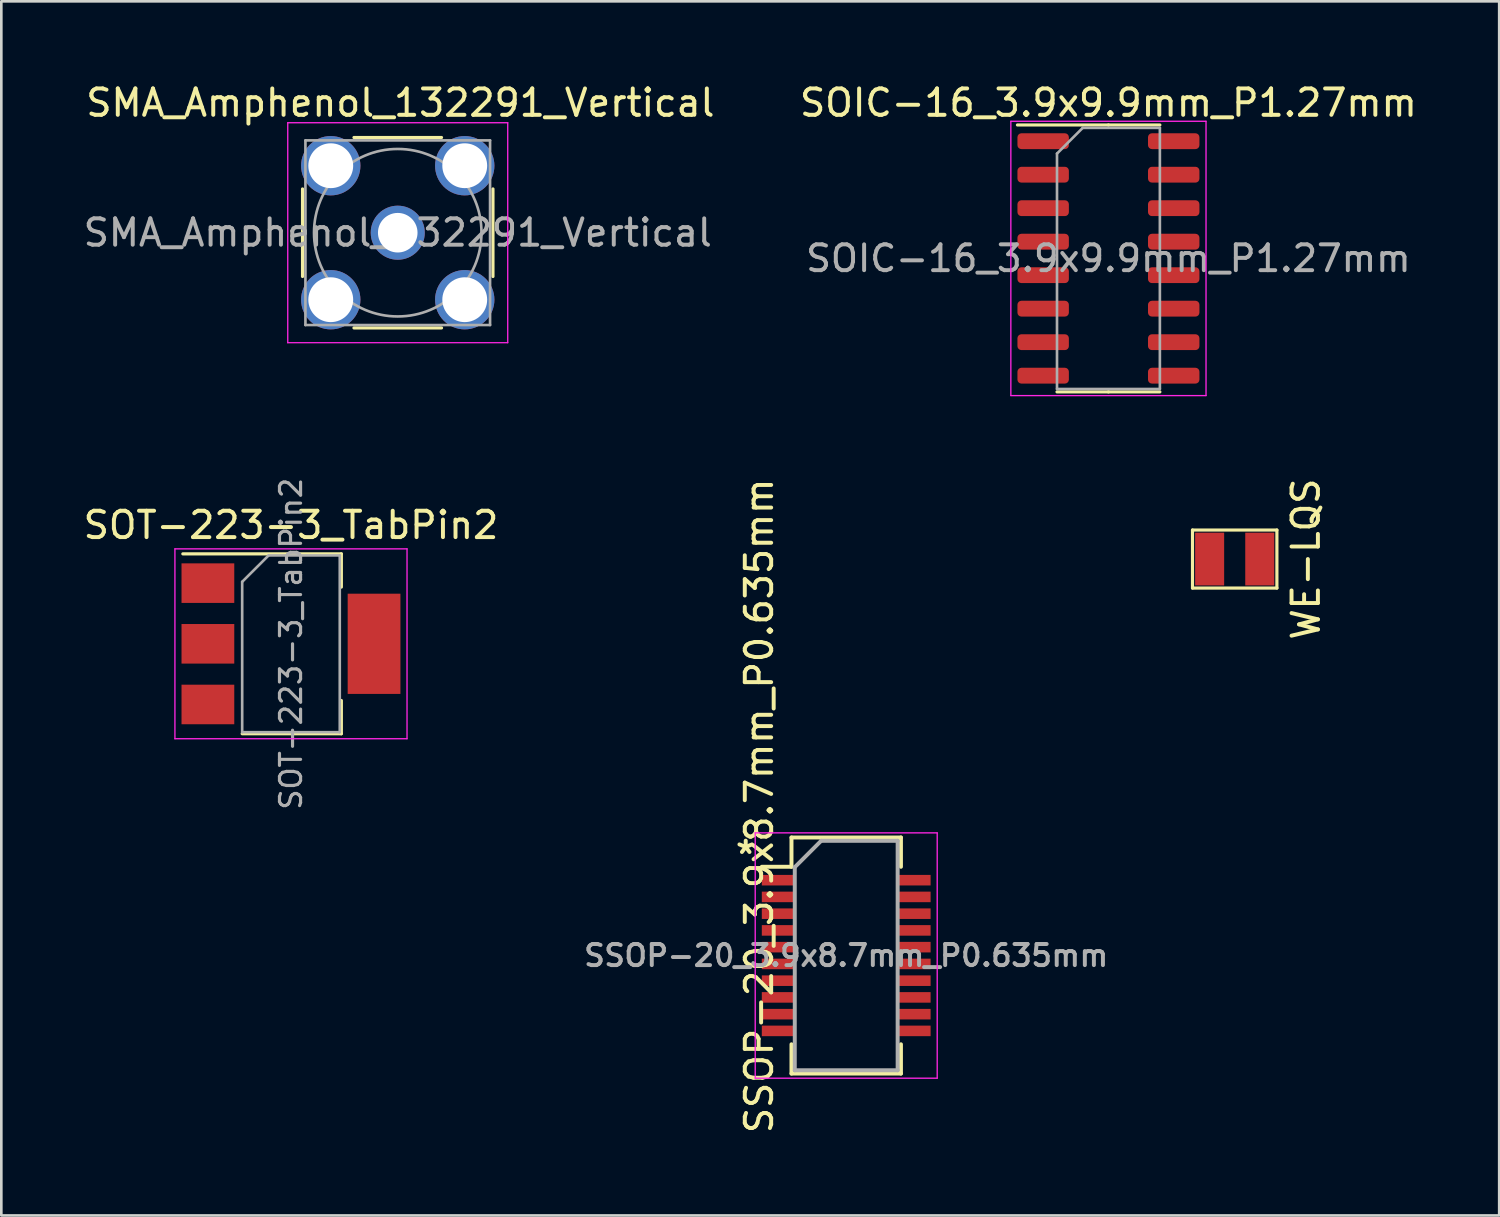
<source format=kicad_pcb>
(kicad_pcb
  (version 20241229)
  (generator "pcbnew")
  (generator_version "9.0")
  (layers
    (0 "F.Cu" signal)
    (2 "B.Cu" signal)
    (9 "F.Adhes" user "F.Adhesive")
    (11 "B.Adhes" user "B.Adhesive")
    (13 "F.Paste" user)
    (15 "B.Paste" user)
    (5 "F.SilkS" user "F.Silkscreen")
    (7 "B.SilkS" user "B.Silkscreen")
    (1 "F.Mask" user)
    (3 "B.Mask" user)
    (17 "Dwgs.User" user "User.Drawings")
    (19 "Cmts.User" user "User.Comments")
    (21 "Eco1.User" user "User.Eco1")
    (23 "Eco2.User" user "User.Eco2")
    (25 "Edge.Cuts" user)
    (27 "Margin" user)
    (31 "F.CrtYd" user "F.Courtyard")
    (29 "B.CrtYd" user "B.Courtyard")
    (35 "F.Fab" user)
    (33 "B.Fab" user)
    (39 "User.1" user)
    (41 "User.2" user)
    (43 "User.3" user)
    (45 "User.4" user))
  (footprint "SMA_Amphenol_132291_Vertical"
    (layer "F.Cu")
    (at 12.03 5.773)
    (property "Reference" "SMA_Amphenol_132291_Vertical" (at 0.1 -4.925 180) (layer "F.SilkS") (effects (font (size 1 1) (thickness 0.15))))
    (attr through_hole)
    (fp_line (start -3.61 -1.66) (end -3.61 1.66) (stroke (width 0.12) (type solid)) (layer "F.SilkS"))
    (fp_line (start -1.66 -3.61) (end 1.66 -3.61) (stroke (width 0.12) (type solid)) (layer "F.SilkS"))
    (fp_line (start -1.66 3.61) (end 1.66 3.61) (stroke (width 0.12) (type solid)) (layer "F.SilkS"))
    (fp_line (start 3.61 -1.66) (end 3.61 1.66) (stroke (width 0.12) (type solid)) (layer "F.SilkS"))
    (fp_line (start -4.17 -4.17) (end -4.17 4.17) (stroke (width 0.05) (type solid)) (layer "F.CrtYd"))
    (fp_line (start -4.17 -4.17) (end 4.17 -4.17) (stroke (width 0.05) (type solid)) (layer "F.CrtYd"))
    (fp_line (start 4.17 4.17) (end -4.17 4.17) (stroke (width 0.05) (type solid)) (layer "F.CrtYd"))
    (fp_line (start 4.17 4.17) (end 4.17 -4.17) (stroke (width 0.05) (type solid)) (layer "F.CrtYd"))
    (fp_line (start -3.5 -3.5) (end -3.5 3.5) (stroke (width 0.1) (type solid)) (layer "F.Fab"))
    (fp_line (start -3.5 -3.5) (end 3.5 -3.5) (stroke (width 0.1) (type solid)) (layer "F.Fab"))
    (fp_line (start -3.5 3.5) (end 3.5 3.5) (stroke (width 0.1) (type solid)) (layer "F.Fab"))
    (fp_line (start 3.5 -3.5) (end 3.5 3.5) (stroke (width 0.1) (type solid)) (layer "F.Fab"))
    (fp_circle (center 0 0) (end 3.175 0) (stroke (width 0.1) (type solid)) (fill no) (layer "F.Fab"))
    (fp_text user "${REFERENCE}" (at 0 0 180) (layer "F.Fab") (effects (font (size 1 1) (thickness 0.15))))
    (pad "1" thru_hole circle (at 0 0) (size 2.05 2.05) (drill 1.5) (layers "*.Cu" "*.Mask"))
    (pad "2" thru_hole circle (at -2.54 -2.54) (size 2.25 2.25) (drill 1.7) (layers "*.Cu" "*.Mask"))
    (pad "2" thru_hole circle (at -2.54 2.54) (size 2.25 2.25) (drill 1.7) (layers "*.Cu" "*.Mask"))
    (pad "2" thru_hole circle (at 2.54 -2.54) (size 2.25 2.25) (drill 1.7) (layers "*.Cu" "*.Mask"))
    (pad "2" thru_hole circle (at 2.54 2.54) (size 2.25 2.25) (drill 1.7) (layers "*.Cu" "*.Mask")))
  (footprint "SOIC-16_3.9x9.9mm_P1.27mm"
    (layer "F.Cu")
    (at 38.975 6.748)
    (property "Reference" "SOIC-16_3.9x9.9mm_P1.27mm" (at 0 -5.9 0) (layer "F.SilkS") (effects (font (size 1 1) (thickness 0.15))))
    (attr smd)
    (fp_line (start 0 -5.06) (end -3.45 -5.06) (stroke (width 0.12) (type solid)) (layer "F.SilkS"))
    (fp_line (start 0 -5.06) (end 1.95 -5.06) (stroke (width 0.12) (type solid)) (layer "F.SilkS"))
    (fp_line (start 0 5.06) (end -1.95 5.06) (stroke (width 0.12) (type solid)) (layer "F.SilkS"))
    (fp_line (start 0 5.06) (end 1.95 5.06) (stroke (width 0.12) (type solid)) (layer "F.SilkS"))
    (fp_line (start -3.7 -5.2) (end -3.7 5.2) (stroke (width 0.05) (type solid)) (layer "F.CrtYd"))
    (fp_line (start -3.7 5.2) (end 3.7 5.2) (stroke (width 0.05) (type solid)) (layer "F.CrtYd"))
    (fp_line (start 3.7 -5.2) (end -3.7 -5.2) (stroke (width 0.05) (type solid)) (layer "F.CrtYd"))
    (fp_line (start 3.7 5.2) (end 3.7 -5.2) (stroke (width 0.05) (type solid)) (layer "F.CrtYd"))
    (fp_line (start -1.95 -3.975) (end -0.975 -4.95) (stroke (width 0.1) (type solid)) (layer "F.Fab"))
    (fp_line (start -1.95 4.95) (end -1.95 -3.975) (stroke (width 0.1) (type solid)) (layer "F.Fab"))
    (fp_line (start -0.975 -4.95) (end 1.95 -4.95) (stroke (width 0.1) (type solid)) (layer "F.Fab"))
    (fp_line (start 1.95 -4.95) (end 1.95 4.95) (stroke (width 0.1) (type solid)) (layer "F.Fab"))
    (fp_line (start 1.95 4.95) (end -1.95 4.95) (stroke (width 0.1) (type solid)) (layer "F.Fab"))
    (fp_text user "${REFERENCE}" (at 0 0 0) (layer "F.Fab") (effects (font (size 0.98 0.98) (thickness 0.15))))
    (pad "1" smd roundrect (at -2.475 -4.445) (size 1.95 0.6) (layers "F.Cu" "F.Mask" "F.Paste") (roundrect_rratio 0.25))
    (pad "2" smd roundrect (at -2.475 -3.175) (size 1.95 0.6) (layers "F.Cu" "F.Mask" "F.Paste") (roundrect_rratio 0.25))
    (pad "3" smd roundrect (at -2.475 -1.905) (size 1.95 0.6) (layers "F.Cu" "F.Mask" "F.Paste") (roundrect_rratio 0.25))
    (pad "4" smd roundrect (at -2.475 -0.635) (size 1.95 0.6) (layers "F.Cu" "F.Mask" "F.Paste") (roundrect_rratio 0.25))
    (pad "5" smd roundrect (at -2.475 0.635) (size 1.95 0.6) (layers "F.Cu" "F.Mask" "F.Paste") (roundrect_rratio 0.25))
    (pad "6" smd roundrect (at -2.475 1.905) (size 1.95 0.6) (layers "F.Cu" "F.Mask" "F.Paste") (roundrect_rratio 0.25))
    (pad "7" smd roundrect (at -2.475 3.175) (size 1.95 0.6) (layers "F.Cu" "F.Mask" "F.Paste") (roundrect_rratio 0.25))
    (pad "8" smd roundrect (at -2.475 4.445) (size 1.95 0.6) (layers "F.Cu" "F.Mask" "F.Paste") (roundrect_rratio 0.25))
    (pad "9" smd roundrect (at 2.475 4.445) (size 1.95 0.6) (layers "F.Cu" "F.Mask" "F.Paste") (roundrect_rratio 0.25))
    (pad "10" smd roundrect (at 2.475 3.175) (size 1.95 0.6) (layers "F.Cu" "F.Mask" "F.Paste") (roundrect_rratio 0.25))
    (pad "11" smd roundrect (at 2.475 1.905) (size 1.95 0.6) (layers "F.Cu" "F.Mask" "F.Paste") (roundrect_rratio 0.25))
    (pad "12" smd roundrect (at 2.475 0.635) (size 1.95 0.6) (layers "F.Cu" "F.Mask" "F.Paste") (roundrect_rratio 0.25))
    (pad "13" smd roundrect (at 2.475 -0.635) (size 1.95 0.6) (layers "F.Cu" "F.Mask" "F.Paste") (roundrect_rratio 0.25))
    (pad "14" smd roundrect (at 2.475 -1.905) (size 1.95 0.6) (layers "F.Cu" "F.Mask" "F.Paste") (roundrect_rratio 0.25))
    (pad "15" smd roundrect (at 2.475 -3.175) (size 1.95 0.6) (layers "F.Cu" "F.Mask" "F.Paste") (roundrect_rratio 0.25))
    (pad "16" smd roundrect (at 2.475 -4.445) (size 1.95 0.6) (layers "F.Cu" "F.Mask" "F.Paste") (roundrect_rratio 0.25)))
  (footprint "SOT-223-3_TabPin2"
    (layer "F.Cu")
    (at 7.982 21.359)
    (property "Reference" "SOT-223-3_TabPin2" (at 0 -4.5 0) (layer "F.SilkS") (effects (font (size 1 1) (thickness 0.15))))
    (attr smd)
    (fp_line (start -4.1 -3.41) (end 1.91 -3.41) (stroke (width 0.12) (type solid)) (layer "F.SilkS"))
    (fp_line (start -1.85 3.41) (end 1.91 3.41) (stroke (width 0.12) (type solid)) (layer "F.SilkS"))
    (fp_line (start 1.91 -3.41) (end 1.91 -2.15) (stroke (width 0.12) (type solid)) (layer "F.SilkS"))
    (fp_line (start 1.91 3.41) (end 1.91 2.15) (stroke (width 0.12) (type solid)) (layer "F.SilkS"))
    (fp_line (start -4.4 -3.6) (end -4.4 3.6) (stroke (width 0.05) (type solid)) (layer "F.CrtYd"))
    (fp_line (start -4.4 3.6) (end 4.4 3.6) (stroke (width 0.05) (type solid)) (layer "F.CrtYd"))
    (fp_line (start 4.4 -3.6) (end -4.4 -3.6) (stroke (width 0.05) (type solid)) (layer "F.CrtYd"))
    (fp_line (start 4.4 3.6) (end 4.4 -3.6) (stroke (width 0.05) (type solid)) (layer "F.CrtYd"))
    (fp_line (start -1.85 -2.35) (end -1.85 3.35) (stroke (width 0.1) (type solid)) (layer "F.Fab"))
    (fp_line (start -1.85 -2.35) (end -0.85 -3.35) (stroke (width 0.1) (type solid)) (layer "F.Fab"))
    (fp_line (start -1.85 3.35) (end 1.85 3.35) (stroke (width 0.1) (type solid)) (layer "F.Fab"))
    (fp_line (start -0.85 -3.35) (end 1.85 -3.35) (stroke (width 0.1) (type solid)) (layer "F.Fab"))
    (fp_line (start 1.85 -3.35) (end 1.85 3.35) (stroke (width 0.1) (type solid)) (layer "F.Fab"))
    (fp_text user "${REFERENCE}" (at 0 0 90) (layer "F.Fab") (effects (font (size 0.8 0.8) (thickness 0.12))))
    (pad "1" smd rect (at -3.15 -2.3) (size 2 1.5) (layers "F.Cu" "F.Mask" "F.Paste"))
    (pad "2" smd rect (at -3.15 0) (size 2 1.5) (layers "F.Cu" "F.Mask" "F.Paste"))
    (pad "2" smd rect (at 3.15 0) (size 2 3.8) (layers "F.Cu" "F.Mask" "F.Paste"))
    (pad "3" smd rect (at -3.15 2.3) (size 2 1.5) (layers "F.Cu" "F.Mask" "F.Paste")))
  (footprint "WE-LQS"
    (layer "F.Cu")
    (at 43.762 18.146)
    (property "Reference" "WE-LQS" (at 2.7 0 90) (layer "F.SilkS") (effects (font (size 1 1) (thickness 0.15))))
    (attr through_hole)
    (fp_line (start -1.6 -1.1) (end 1.6 -1.1) (stroke (width 0.12) (type solid)) (layer "F.SilkS"))
    (fp_line (start -1.6 1.1) (end -1.6 -1.1) (stroke (width 0.12) (type solid)) (layer "F.SilkS"))
    (fp_line (start 1.6 -1.1) (end 1.6 1.1) (stroke (width 0.12) (type solid)) (layer "F.SilkS"))
    (fp_line (start 1.6 1.1) (end -1.6 1.1) (stroke (width 0.12) (type solid)) (layer "F.SilkS"))
    (pad "1" smd rect (at -0.95 0) (size 1.1 2) (layers "F.Cu" "F.Mask" "F.Paste"))
    (pad "2" smd rect (at 0.95 0) (size 1.1 2) (layers "F.Cu" "F.Mask" "F.Paste")))
  (footprint "SSOP-20_3.9x8.7mm_P0.635mm"
    (layer "F.Cu")
    (at 29.033 33.178)
    (property "Reference" "SSOP-20_3.9x8.7mm_P0.635mm" (at -3.3 -5.675 270) (layer "F.SilkS") (effects (font (size 1 1) (thickness 0.15))))
    (attr smd)
    (fp_line (start -2.075 -4.475) (end 2.075 -4.475) (stroke (width 0.15) (type solid)) (layer "F.SilkS"))
    (fp_line (start -2.075 -3.365) (end -3.2 -3.365) (stroke (width 0.15) (type solid)) (layer "F.SilkS"))
    (fp_line (start -2.075 -3.365) (end -2.075 -4.475) (stroke (width 0.15) (type solid)) (layer "F.SilkS"))
    (fp_line (start -2.075 4.475) (end -2.075 3.365) (stroke (width 0.15) (type solid)) (layer "F.SilkS"))
    (fp_line (start -2.075 4.475) (end 2.075 4.475) (stroke (width 0.15) (type solid)) (layer "F.SilkS"))
    (fp_line (start 2.075 -4.475) (end 2.075 -3.365) (stroke (width 0.15) (type solid)) (layer "F.SilkS"))
    (fp_line (start 2.075 4.475) (end 2.075 3.365) (stroke (width 0.15) (type solid)) (layer "F.SilkS"))
    (fp_line (start -3.45 -4.65) (end -3.45 4.65) (stroke (width 0.05) (type solid)) (layer "F.CrtYd"))
    (fp_line (start -3.45 -4.65) (end 3.45 -4.65) (stroke (width 0.05) (type solid)) (layer "F.CrtYd"))
    (fp_line (start -3.45 4.65) (end 3.45 4.65) (stroke (width 0.05) (type solid)) (layer "F.CrtYd"))
    (fp_line (start 3.45 -4.65) (end 3.45 4.65) (stroke (width 0.05) (type solid)) (layer "F.CrtYd"))
    (fp_line (start -1.95 -3.35) (end -0.95 -4.35) (stroke (width 0.15) (type solid)) (layer "F.Fab"))
    (fp_line (start -1.95 4.35) (end -1.95 -3.35) (stroke (width 0.15) (type solid)) (layer "F.Fab"))
    (fp_line (start -0.95 -4.35) (end 1.95 -4.35) (stroke (width 0.15) (type solid)) (layer "F.Fab"))
    (fp_line (start 1.95 -4.35) (end 1.95 4.35) (stroke (width 0.15) (type solid)) (layer "F.Fab"))
    (fp_line (start 1.95 4.35) (end -1.95 4.35) (stroke (width 0.15) (type solid)) (layer "F.Fab"))
    (fp_text user "*" (at -3.81 -3.81 0) (layer "F.SilkS") (effects (font (size 1 1) (thickness 0.15))))
    (fp_text user "${REFERENCE}" (at 0 0 0) (layer "F.Fab") (effects (font (size 0.8 0.8) (thickness 0.15))))
    (pad "1" smd rect (at -2.6 -2.857) (size 1.2 0.4) (layers "F.Cu" "F.Mask" "F.Paste"))
    (pad "2" smd rect (at -2.6 -2.223) (size 1.2 0.4) (layers "F.Cu" "F.Mask" "F.Paste"))
    (pad "3" smd rect (at -2.6 -1.587) (size 1.2 0.4) (layers "F.Cu" "F.Mask" "F.Paste"))
    (pad "4" smd rect (at -2.6 -0.953) (size 1.2 0.4) (layers "F.Cu" "F.Mask" "F.Paste"))
    (pad "5" smd rect (at -2.6 -0.318) (size 1.2 0.4) (layers "F.Cu" "F.Mask" "F.Paste"))
    (pad "6" smd rect (at -2.6 0.318) (size 1.2 0.4) (layers "F.Cu" "F.Mask" "F.Paste"))
    (pad "7" smd rect (at -2.6 0.953) (size 1.2 0.4) (layers "F.Cu" "F.Mask" "F.Paste"))
    (pad "8" smd rect (at -2.6 1.587) (size 1.2 0.4) (layers "F.Cu" "F.Mask" "F.Paste"))
    (pad "9" smd rect (at -2.6 2.223) (size 1.2 0.4) (layers "F.Cu" "F.Mask" "F.Paste"))
    (pad "10" smd rect (at -2.6 2.857) (size 1.2 0.4) (layers "F.Cu" "F.Mask" "F.Paste"))
    (pad "11" smd rect (at 2.6 2.857) (size 1.2 0.4) (layers "F.Cu" "F.Mask" "F.Paste"))
    (pad "12" smd rect (at 2.6 2.223) (size 1.2 0.4) (layers "F.Cu" "F.Mask" "F.Paste"))
    (pad "13" smd rect (at 2.6 1.587) (size 1.2 0.4) (layers "F.Cu" "F.Mask" "F.Paste"))
    (pad "14" smd rect (at 2.6 0.953) (size 1.2 0.4) (layers "F.Cu" "F.Mask" "F.Paste"))
    (pad "15" smd rect (at 2.6 0.318) (size 1.2 0.4) (layers "F.Cu" "F.Mask" "F.Paste"))
    (pad "16" smd rect (at 2.6 -0.318) (size 1.2 0.4) (layers "F.Cu" "F.Mask" "F.Paste"))
    (pad "17" smd rect (at 2.6 -0.953) (size 1.2 0.4) (layers "F.Cu" "F.Mask" "F.Paste"))
    (pad "18" smd rect (at 2.6 -1.587) (size 1.2 0.4) (layers "F.Cu" "F.Mask" "F.Paste"))
    (pad "19" smd rect (at 2.6 -2.223) (size 1.2 0.4) (layers "F.Cu" "F.Mask" "F.Paste"))
    (pad "20" smd rect (at 2.6 -2.857) (size 1.2 0.4) (layers "F.Cu" "F.Mask" "F.Paste")))
  (gr_rect
    (start -3 -3)
    (end 53.79 43.033)
    (stroke (width 0.1) (type default))
    (fill no)
    (layer "Edge.Cuts")))
</source>
